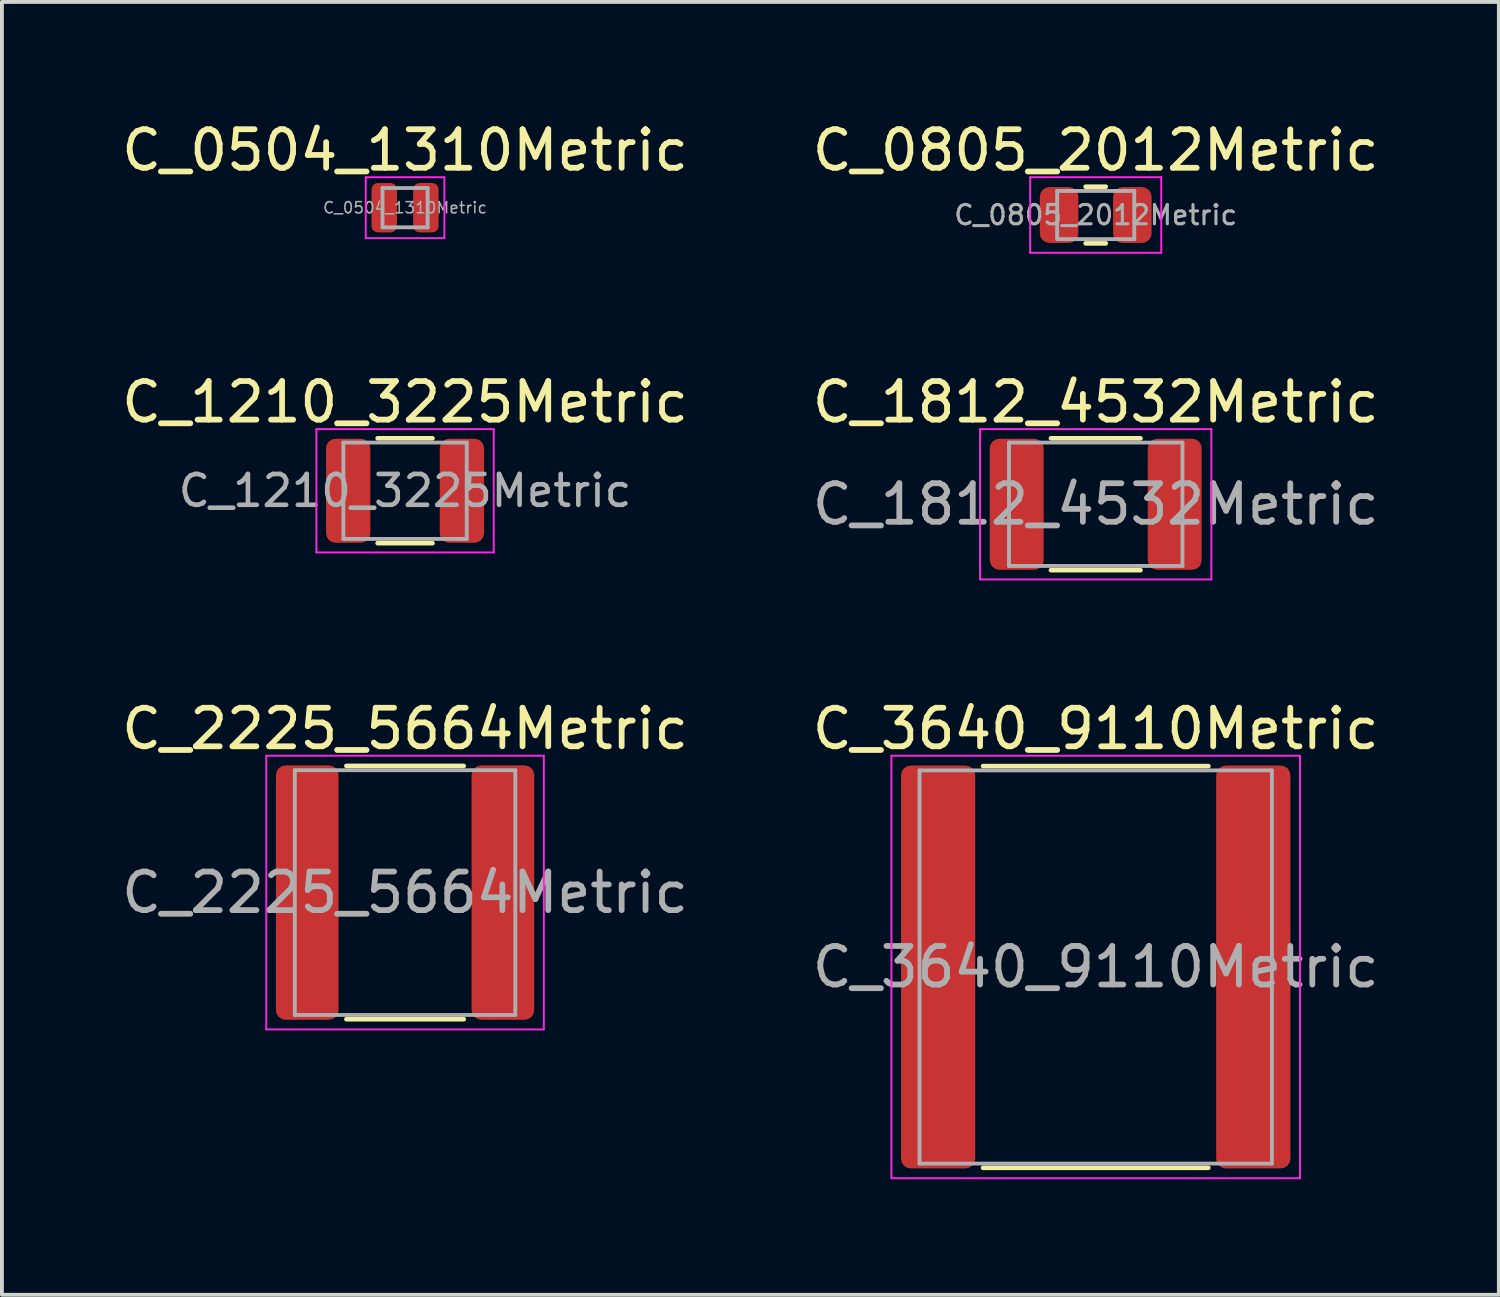
<source format=kicad_pcb>
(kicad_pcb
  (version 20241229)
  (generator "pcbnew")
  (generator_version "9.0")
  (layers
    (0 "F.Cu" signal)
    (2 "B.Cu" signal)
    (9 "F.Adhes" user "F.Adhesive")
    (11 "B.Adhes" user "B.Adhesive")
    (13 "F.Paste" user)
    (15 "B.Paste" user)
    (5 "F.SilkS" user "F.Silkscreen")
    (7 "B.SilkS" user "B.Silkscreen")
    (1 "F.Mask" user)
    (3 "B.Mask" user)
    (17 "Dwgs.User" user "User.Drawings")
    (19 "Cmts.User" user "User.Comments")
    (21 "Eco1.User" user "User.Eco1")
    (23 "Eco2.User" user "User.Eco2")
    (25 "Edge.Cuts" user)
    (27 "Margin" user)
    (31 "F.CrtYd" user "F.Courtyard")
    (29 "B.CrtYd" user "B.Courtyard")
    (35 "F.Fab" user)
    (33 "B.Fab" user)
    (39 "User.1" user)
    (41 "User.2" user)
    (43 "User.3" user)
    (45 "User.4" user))
  (footprint "C_3640_9110Metric"
    (layer "F.Cu")
    (at 25.375 22.035)
    (property "Reference" "C_3640_9110Metric" (at 0 -6.18 0) (layer "F.SilkS") (effects (font (size 1 1) (thickness 0.15))))
    (attr smd)
    (fp_line (start -2.922 -5.21) (end 2.922 -5.21) (stroke (width 0.12) (type solid)) (layer "F.SilkS"))
    (fp_line (start -2.922 5.21) (end 2.922 5.21) (stroke (width 0.12) (type solid)) (layer "F.SilkS"))
    (fp_line (start -5.3 -5.48) (end 5.3 -5.48) (stroke (width 0.05) (type solid)) (layer "F.CrtYd"))
    (fp_line (start -5.3 5.48) (end -5.3 -5.48) (stroke (width 0.05) (type solid)) (layer "F.CrtYd"))
    (fp_line (start 5.3 -5.48) (end 5.3 5.48) (stroke (width 0.05) (type solid)) (layer "F.CrtYd"))
    (fp_line (start 5.3 5.48) (end -5.3 5.48) (stroke (width 0.05) (type solid)) (layer "F.CrtYd"))
    (fp_line (start -4.57 -5.1) (end 4.57 -5.1) (stroke (width 0.1) (type solid)) (layer "F.Fab"))
    (fp_line (start -4.57 5.1) (end -4.57 -5.1) (stroke (width 0.1) (type solid)) (layer "F.Fab"))
    (fp_line (start 4.57 -5.1) (end 4.57 5.1) (stroke (width 0.1) (type solid)) (layer "F.Fab"))
    (fp_line (start 4.57 5.1) (end -4.57 5.1) (stroke (width 0.1) (type solid)) (layer "F.Fab"))
    (fp_text user "${REFERENCE}" (at 0 0 0) (layer "F.Fab") (effects (font (size 1 1) (thickness 0.15))))
    (pad "1" smd roundrect (at -4.088 0) (size 1.925 10.45) (layers "F.Cu" "F.Mask" "F.Paste") (roundrect_rratio 0.13))
    (pad "2" smd roundrect (at 4.088 0) (size 1.925 10.45) (layers "F.Cu" "F.Mask" "F.Paste") (roundrect_rratio 0.13)))
  (footprint "C_1812_4532Metric"
    (layer "F.Cu")
    (at 25.375 10.031)
    (property "Reference" "C_1812_4532Metric" (at 0 -2.65 0) (layer "F.SilkS") (effects (font (size 1 1) (thickness 0.15))))
    (attr smd)
    (fp_line (start -1.161 -1.71) (end 1.161 -1.71) (stroke (width 0.12) (type solid)) (layer "F.SilkS"))
    (fp_line (start -1.161 1.71) (end 1.161 1.71) (stroke (width 0.12) (type solid)) (layer "F.SilkS"))
    (fp_line (start -3 -1.95) (end 3 -1.95) (stroke (width 0.05) (type solid)) (layer "F.CrtYd"))
    (fp_line (start -3 1.95) (end -3 -1.95) (stroke (width 0.05) (type solid)) (layer "F.CrtYd"))
    (fp_line (start 3 -1.95) (end 3 1.95) (stroke (width 0.05) (type solid)) (layer "F.CrtYd"))
    (fp_line (start 3 1.95) (end -3 1.95) (stroke (width 0.05) (type solid)) (layer "F.CrtYd"))
    (fp_line (start -2.25 -1.6) (end 2.25 -1.6) (stroke (width 0.1) (type solid)) (layer "F.Fab"))
    (fp_line (start -2.25 1.6) (end -2.25 -1.6) (stroke (width 0.1) (type solid)) (layer "F.Fab"))
    (fp_line (start 2.25 -1.6) (end 2.25 1.6) (stroke (width 0.1) (type solid)) (layer "F.Fab"))
    (fp_line (start 2.25 1.6) (end -2.25 1.6) (stroke (width 0.1) (type solid)) (layer "F.Fab"))
    (fp_text user "${REFERENCE}" (at 0 0 0) (layer "F.Fab") (effects (font (size 1 1) (thickness 0.15))))
    (pad "1" smd roundrect (at -2.05 0) (size 1.4 3.4) (layers "F.Cu" "F.Mask" "F.Paste") (roundrect_rratio 0.179))
    (pad "2" smd roundrect (at 2.05 0) (size 1.4 3.4) (layers "F.Cu" "F.Mask" "F.Paste") (roundrect_rratio 0.179)))
  (footprint "C_0805_2012Metric"
    (layer "F.Cu")
    (at 25.375 2.528)
    (property "Reference" "C_0805_2012Metric" (at 0 -1.68 0) (layer "F.SilkS") (effects (font (size 1 1) (thickness 0.15))))
    (attr smd)
    (fp_line (start -0.261 -0.735) (end 0.261 -0.735) (stroke (width 0.12) (type solid)) (layer "F.SilkS"))
    (fp_line (start -0.261 0.735) (end 0.261 0.735) (stroke (width 0.12) (type solid)) (layer "F.SilkS"))
    (fp_line (start -1.7 -0.98) (end 1.7 -0.98) (stroke (width 0.05) (type solid)) (layer "F.CrtYd"))
    (fp_line (start -1.7 0.98) (end -1.7 -0.98) (stroke (width 0.05) (type solid)) (layer "F.CrtYd"))
    (fp_line (start 1.7 -0.98) (end 1.7 0.98) (stroke (width 0.05) (type solid)) (layer "F.CrtYd"))
    (fp_line (start 1.7 0.98) (end -1.7 0.98) (stroke (width 0.05) (type solid)) (layer "F.CrtYd"))
    (fp_line (start -1 -0.625) (end 1 -0.625) (stroke (width 0.1) (type solid)) (layer "F.Fab"))
    (fp_line (start -1 0.625) (end -1 -0.625) (stroke (width 0.1) (type solid)) (layer "F.Fab"))
    (fp_line (start 1 -0.625) (end 1 0.625) (stroke (width 0.1) (type solid)) (layer "F.Fab"))
    (fp_line (start 1 0.625) (end -1 0.625) (stroke (width 0.1) (type solid)) (layer "F.Fab"))
    (fp_text user "${REFERENCE}" (at 0 0 0) (layer "F.Fab") (effects (font (size 0.5 0.5) (thickness 0.08))))
    (pad "1" smd roundrect (at -0.95 0) (size 1 1.45) (layers "F.Cu" "F.Mask" "F.Paste") (roundrect_rratio 0.25))
    (pad "2" smd roundrect (at 0.95 0) (size 1 1.45) (layers "F.Cu" "F.Mask" "F.Paste") (roundrect_rratio 0.25)))
  (footprint "C_2225_5664Metric"
    (layer "F.Cu")
    (at 7.458 20.105)
    (property "Reference" "C_2225_5664Metric" (at 0 -4.25 0) (layer "F.SilkS") (effects (font (size 1 1) (thickness 0.15))))
    (attr smd)
    (fp_line (start -1.522 -3.285) (end 1.522 -3.285) (stroke (width 0.12) (type solid)) (layer "F.SilkS"))
    (fp_line (start -1.522 3.285) (end 1.522 3.285) (stroke (width 0.12) (type solid)) (layer "F.SilkS"))
    (fp_line (start -3.6 -3.55) (end 3.6 -3.55) (stroke (width 0.05) (type solid)) (layer "F.CrtYd"))
    (fp_line (start -3.6 3.55) (end -3.6 -3.55) (stroke (width 0.05) (type solid)) (layer "F.CrtYd"))
    (fp_line (start 3.6 -3.55) (end 3.6 3.55) (stroke (width 0.05) (type solid)) (layer "F.CrtYd"))
    (fp_line (start 3.6 3.55) (end -3.6 3.55) (stroke (width 0.05) (type solid)) (layer "F.CrtYd"))
    (fp_line (start -2.86 -3.175) (end 2.86 -3.175) (stroke (width 0.1) (type solid)) (layer "F.Fab"))
    (fp_line (start -2.86 3.175) (end -2.86 -3.175) (stroke (width 0.1) (type solid)) (layer "F.Fab"))
    (fp_line (start 2.86 -3.175) (end 2.86 3.175) (stroke (width 0.1) (type solid)) (layer "F.Fab"))
    (fp_line (start 2.86 3.175) (end -2.86 3.175) (stroke (width 0.1) (type solid)) (layer "F.Fab"))
    (fp_text user "${REFERENCE}" (at 0 0 0) (layer "F.Fab") (effects (font (size 1 1) (thickness 0.15))))
    (pad "1" smd roundrect (at -2.538 0) (size 1.625 6.6) (layers "F.Cu" "F.Mask" "F.Paste") (roundrect_rratio 0.154))
    (pad "2" smd roundrect (at 2.538 0) (size 1.625 6.6) (layers "F.Cu" "F.Mask" "F.Paste") (roundrect_rratio 0.154)))
  (footprint "C_0504_1310Metric"
    (layer "F.Cu")
    (at 7.458 2.338)
    (property "Reference" "C_0504_1310Metric" (at 0 -1.49 0) (layer "F.SilkS") (effects (font (size 1 1) (thickness 0.15))))
    (attr smd)
    (fp_line (start -1.02 -0.79) (end 1.02 -0.79) (stroke (width 0.05) (type solid)) (layer "F.CrtYd"))
    (fp_line (start -1.02 0.79) (end -1.02 -0.79) (stroke (width 0.05) (type solid)) (layer "F.CrtYd"))
    (fp_line (start 1.02 -0.79) (end 1.02 0.79) (stroke (width 0.05) (type solid)) (layer "F.CrtYd"))
    (fp_line (start 1.02 0.79) (end -1.02 0.79) (stroke (width 0.05) (type solid)) (layer "F.CrtYd"))
    (fp_line (start -0.585 -0.51) (end 0.585 -0.51) (stroke (width 0.1) (type solid)) (layer "F.Fab"))
    (fp_line (start -0.585 0.51) (end -0.585 -0.51) (stroke (width 0.1) (type solid)) (layer "F.Fab"))
    (fp_line (start 0.585 -0.51) (end 0.585 0.51) (stroke (width 0.1) (type solid)) (layer "F.Fab"))
    (fp_line (start 0.585 0.51) (end -0.585 0.51) (stroke (width 0.1) (type solid)) (layer "F.Fab"))
    (fp_text user "${REFERENCE}" (at 0 0 0) (layer "F.Fab") (effects (font (size 0.29 0.29) (thickness 0.04))))
    (pad "1" smd roundrect (at -0.54 0) (size 0.66 1.28) (layers "F.Cu" "F.Mask" "F.Paste") (roundrect_rratio 0.25))
    (pad "2" smd roundrect (at 0.54 0) (size 0.66 1.28) (layers "F.Cu" "F.Mask" "F.Paste") (roundrect_rratio 0.25)))
  (footprint "C_1210_3225Metric"
    (layer "F.Cu")
    (at 7.458 9.681)
    (property "Reference" "C_1210_3225Metric" (at 0 -2.3 0) (layer "F.SilkS") (effects (font (size 1 1) (thickness 0.15))))
    (attr smd)
    (fp_line (start -0.711 -1.36) (end 0.711 -1.36) (stroke (width 0.12) (type solid)) (layer "F.SilkS"))
    (fp_line (start -0.711 1.36) (end 0.711 1.36) (stroke (width 0.12) (type solid)) (layer "F.SilkS"))
    (fp_line (start -2.3 -1.6) (end 2.3 -1.6) (stroke (width 0.05) (type solid)) (layer "F.CrtYd"))
    (fp_line (start -2.3 1.6) (end -2.3 -1.6) (stroke (width 0.05) (type solid)) (layer "F.CrtYd"))
    (fp_line (start 2.3 -1.6) (end 2.3 1.6) (stroke (width 0.05) (type solid)) (layer "F.CrtYd"))
    (fp_line (start 2.3 1.6) (end -2.3 1.6) (stroke (width 0.05) (type solid)) (layer "F.CrtYd"))
    (fp_line (start -1.6 -1.25) (end 1.6 -1.25) (stroke (width 0.1) (type solid)) (layer "F.Fab"))
    (fp_line (start -1.6 1.25) (end -1.6 -1.25) (stroke (width 0.1) (type solid)) (layer "F.Fab"))
    (fp_line (start 1.6 -1.25) (end 1.6 1.25) (stroke (width 0.1) (type solid)) (layer "F.Fab"))
    (fp_line (start 1.6 1.25) (end -1.6 1.25) (stroke (width 0.1) (type solid)) (layer "F.Fab"))
    (fp_text user "${REFERENCE}" (at 0 0 0) (layer "F.Fab") (effects (font (size 0.8 0.8) (thickness 0.12))))
    (pad "1" smd roundrect (at -1.475 0) (size 1.15 2.7) (layers "F.Cu" "F.Mask" "F.Paste") (roundrect_rratio 0.217))
    (pad "2" smd roundrect (at 1.475 0) (size 1.15 2.7) (layers "F.Cu" "F.Mask" "F.Paste") (roundrect_rratio 0.217)))
  (gr_rect
    (start -3 -3)
    (end 35.833 30.54)
    (stroke (width 0.1) (type default))
    (fill no)
    (layer "Edge.Cuts")))
</source>
